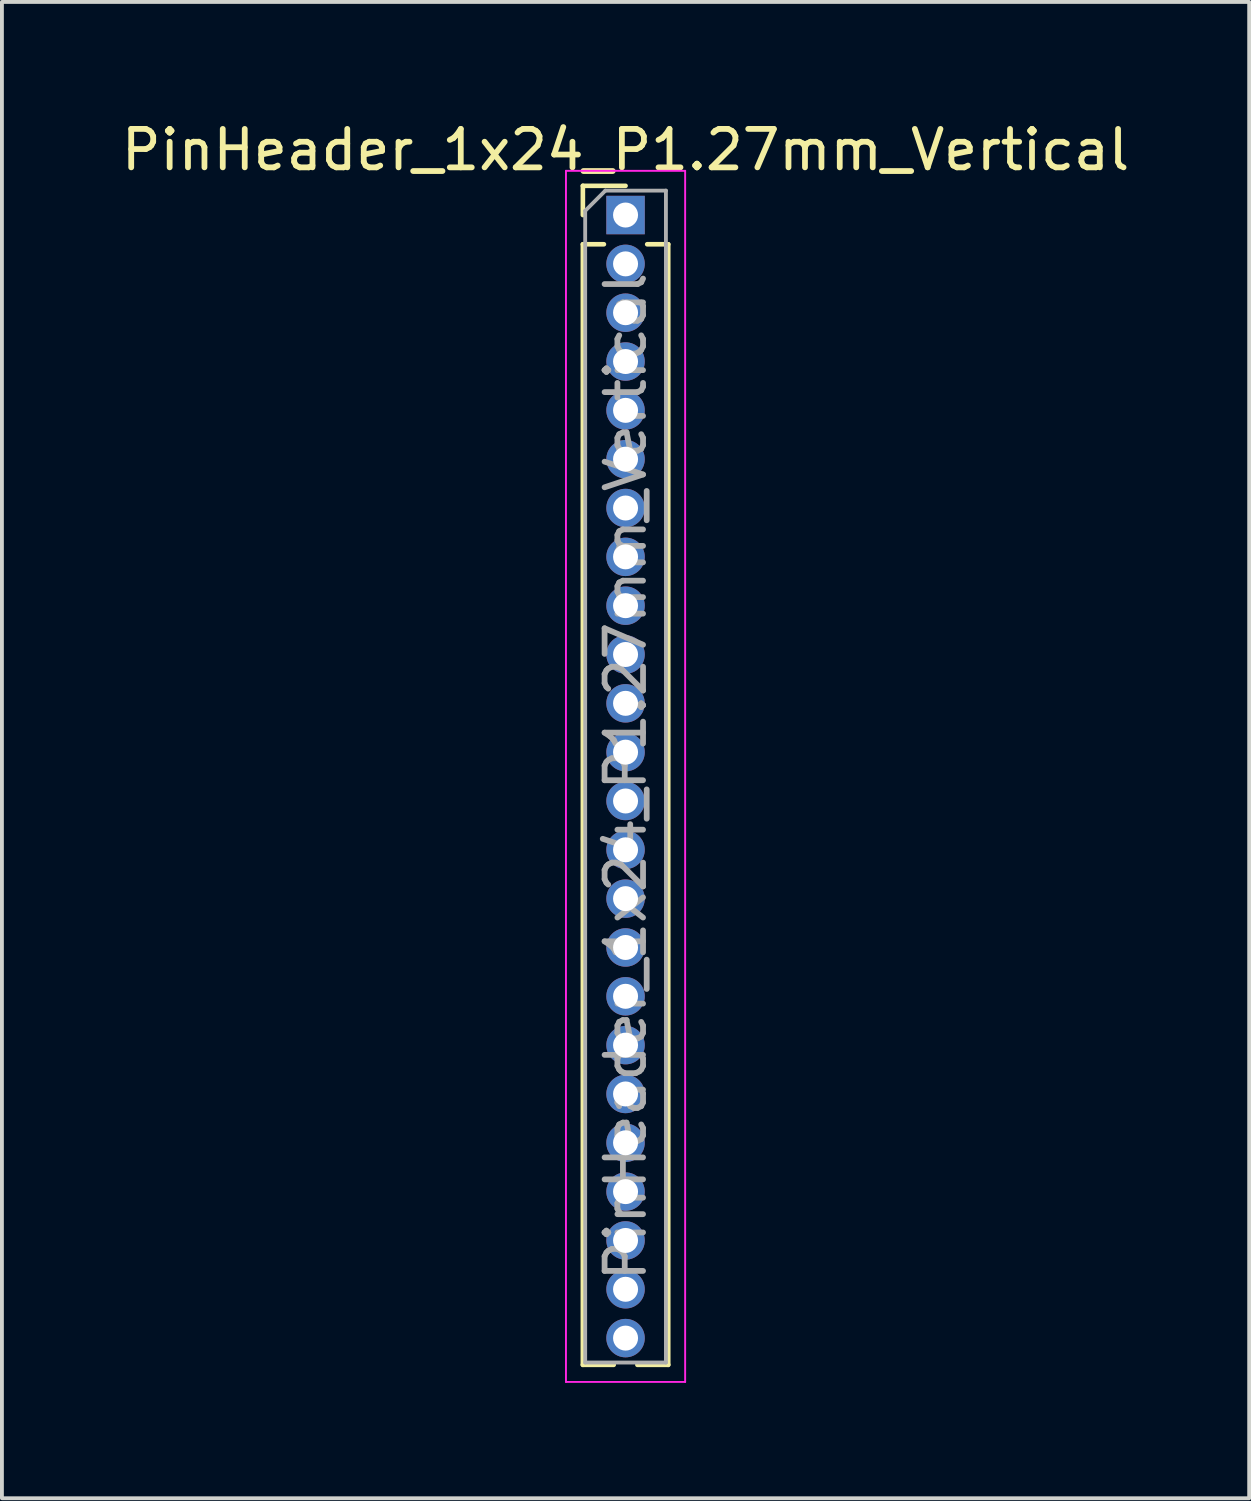
<source format=kicad_pcb>
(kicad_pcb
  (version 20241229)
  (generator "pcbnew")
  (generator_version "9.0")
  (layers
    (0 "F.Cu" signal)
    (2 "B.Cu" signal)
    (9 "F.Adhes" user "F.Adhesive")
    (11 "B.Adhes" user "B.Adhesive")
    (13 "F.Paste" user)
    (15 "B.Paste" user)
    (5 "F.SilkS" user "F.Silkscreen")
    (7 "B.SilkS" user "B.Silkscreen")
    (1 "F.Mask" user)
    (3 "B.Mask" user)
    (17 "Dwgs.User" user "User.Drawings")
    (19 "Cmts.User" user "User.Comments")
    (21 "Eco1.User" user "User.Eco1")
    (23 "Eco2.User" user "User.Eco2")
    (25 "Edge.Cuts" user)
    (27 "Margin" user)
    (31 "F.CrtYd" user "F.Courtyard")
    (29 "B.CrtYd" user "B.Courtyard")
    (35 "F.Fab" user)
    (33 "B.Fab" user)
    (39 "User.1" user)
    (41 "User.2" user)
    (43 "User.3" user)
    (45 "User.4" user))
  (footprint "PinHeader_1x24_P1.27mm_Vertical"
    (layer "F.Cu")
    (at 13.22 2.543)
    (property "Reference" "PinHeader_1x24_P1.27mm_Vertical" (at 0 -1.695 0) (layer "F.SilkS") (effects (font (size 1 1) (thickness 0.15))))
    (attr through_hole)
    (fp_line (start -1.11 -0.76) (end 0 -0.76) (stroke (width 0.12) (type solid)) (layer "F.SilkS"))
    (fp_line (start -1.11 0) (end -1.11 -0.76) (stroke (width 0.12) (type solid)) (layer "F.SilkS"))
    (fp_line (start -1.11 0.76) (end -1.11 29.905) (stroke (width 0.12) (type solid)) (layer "F.SilkS"))
    (fp_line (start -1.11 0.76) (end -0.563 0.76) (stroke (width 0.12) (type solid)) (layer "F.SilkS"))
    (fp_line (start -1.11 29.905) (end -0.308 29.905) (stroke (width 0.12) (type solid)) (layer "F.SilkS"))
    (fp_line (start 0.308 29.905) (end 1.11 29.905) (stroke (width 0.12) (type solid)) (layer "F.SilkS"))
    (fp_line (start 0.563 0.76) (end 1.11 0.76) (stroke (width 0.12) (type solid)) (layer "F.SilkS"))
    (fp_line (start 1.11 0.76) (end 1.11 29.905) (stroke (width 0.12) (type solid)) (layer "F.SilkS"))
    (fp_line (start -1.55 -1.15) (end -1.55 30.35) (stroke (width 0.05) (type solid)) (layer "F.CrtYd"))
    (fp_line (start -1.55 30.35) (end 1.55 30.35) (stroke (width 0.05) (type solid)) (layer "F.CrtYd"))
    (fp_line (start 1.55 -1.15) (end -1.55 -1.15) (stroke (width 0.05) (type solid)) (layer "F.CrtYd"))
    (fp_line (start 1.55 30.35) (end 1.55 -1.15) (stroke (width 0.05) (type solid)) (layer "F.CrtYd"))
    (fp_line (start -1.05 -0.11) (end -0.525 -0.635) (stroke (width 0.1) (type solid)) (layer "F.Fab"))
    (fp_line (start -1.05 29.845) (end -1.05 -0.11) (stroke (width 0.1) (type solid)) (layer "F.Fab"))
    (fp_line (start -0.525 -0.635) (end 1.05 -0.635) (stroke (width 0.1) (type solid)) (layer "F.Fab"))
    (fp_line (start 1.05 -0.635) (end 1.05 29.845) (stroke (width 0.1) (type solid)) (layer "F.Fab"))
    (fp_line (start 1.05 29.845) (end -1.05 29.845) (stroke (width 0.1) (type solid)) (layer "F.Fab"))
    (fp_text user "${REFERENCE}" (at 0 14.605 90) (layer "F.Fab") (effects (font (size 1 1) (thickness 0.15))))
    (pad "1" thru_hole rect (at 0 0) (size 1 1) (drill 0.65) (layers "*.Cu" "*.Mask"))
    (pad "2" thru_hole oval (at 0 1.27) (size 1 1) (drill 0.65) (layers "*.Cu" "*.Mask"))
    (pad "3" thru_hole oval (at 0 2.54) (size 1 1) (drill 0.65) (layers "*.Cu" "*.Mask"))
    (pad "4" thru_hole oval (at 0 3.81) (size 1 1) (drill 0.65) (layers "*.Cu" "*.Mask"))
    (pad "5" thru_hole oval (at 0 5.08) (size 1 1) (drill 0.65) (layers "*.Cu" "*.Mask"))
    (pad "6" thru_hole oval (at 0 6.35) (size 1 1) (drill 0.65) (layers "*.Cu" "*.Mask"))
    (pad "7" thru_hole oval (at 0 7.62) (size 1 1) (drill 0.65) (layers "*.Cu" "*.Mask"))
    (pad "8" thru_hole oval (at 0 8.89) (size 1 1) (drill 0.65) (layers "*.Cu" "*.Mask"))
    (pad "9" thru_hole oval (at 0 10.16) (size 1 1) (drill 0.65) (layers "*.Cu" "*.Mask"))
    (pad "10" thru_hole oval (at 0 11.43) (size 1 1) (drill 0.65) (layers "*.Cu" "*.Mask"))
    (pad "11" thru_hole oval (at 0 12.7) (size 1 1) (drill 0.65) (layers "*.Cu" "*.Mask"))
    (pad "12" thru_hole oval (at 0 13.97) (size 1 1) (drill 0.65) (layers "*.Cu" "*.Mask"))
    (pad "13" thru_hole oval (at 0 15.24) (size 1 1) (drill 0.65) (layers "*.Cu" "*.Mask"))
    (pad "14" thru_hole oval (at 0 16.51) (size 1 1) (drill 0.65) (layers "*.Cu" "*.Mask"))
    (pad "15" thru_hole oval (at 0 17.78) (size 1 1) (drill 0.65) (layers "*.Cu" "*.Mask"))
    (pad "16" thru_hole oval (at 0 19.05) (size 1 1) (drill 0.65) (layers "*.Cu" "*.Mask"))
    (pad "17" thru_hole oval (at 0 20.32) (size 1 1) (drill 0.65) (layers "*.Cu" "*.Mask"))
    (pad "18" thru_hole oval (at 0 21.59) (size 1 1) (drill 0.65) (layers "*.Cu" "*.Mask"))
    (pad "19" thru_hole oval (at 0 22.86) (size 1 1) (drill 0.65) (layers "*.Cu" "*.Mask"))
    (pad "20" thru_hole oval (at 0 24.13) (size 1 1) (drill 0.65) (layers "*.Cu" "*.Mask"))
    (pad "21" thru_hole oval (at 0 25.4) (size 1 1) (drill 0.65) (layers "*.Cu" "*.Mask"))
    (pad "22" thru_hole oval (at 0 26.67) (size 1 1) (drill 0.65) (layers "*.Cu" "*.Mask"))
    (pad "23" thru_hole oval (at 0 27.94) (size 1 1) (drill 0.65) (layers "*.Cu" "*.Mask"))
    (pad "24" thru_hole oval (at 0 29.21) (size 1 1) (drill 0.65) (layers "*.Cu" "*.Mask")))
  (gr_rect
    (start -3 -3)
    (end 29.44 35.918)
    (stroke (width 0.1) (type default))
    (fill no)
    (layer "Edge.Cuts")))
</source>
